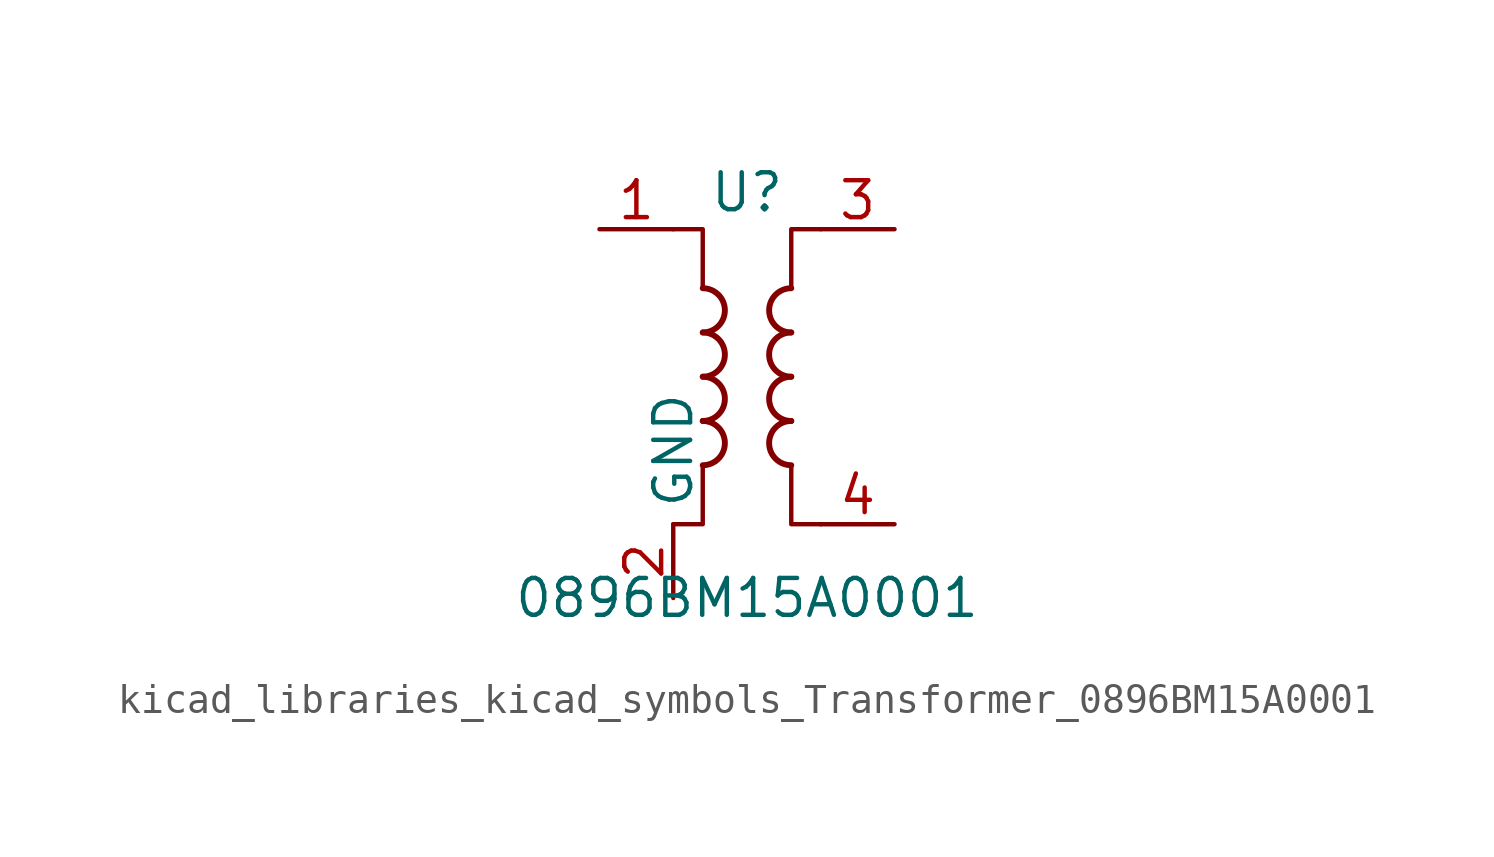
<source format=kicad_sym>
(kicad_symbol_lib
  (version 20220914)
  (generator kicad_symbol_editor)
  (symbol "kicad_libraries_kicad_symbols_Transformer_0896BM15A0001"
    (property "Reference" "U"
      (at 0 6.35 0)
      (effects (font (size 1.27 1.27))))
    (property "Value" "0896BM15A0001"
      (at 0 -7.62 0)
      (effects (font (size 1.27 1.27))))
    (symbol "kicad_libraries_kicad_symbols_Transformer_0896BM15A0001_1_1"
      (arc (start -1.524 -3.048) (mid -0.7653 -2.286) (end -1.524 -1.524) (stroke (width 0.2032) (type default)) (fill (type none)))
      (arc (start -1.524 -1.524) (mid -0.7653 -0.762) (end -1.524 0) (stroke (width 0.2032) (type default)) (fill (type none)))
      (arc (start -1.524 0) (mid -0.7653 0.762) (end -1.524 1.524) (stroke (width 0.2032) (type default)) (fill (type none)))
      (arc (start -1.524 1.524) (mid -0.7653 2.286) (end -1.524 3.048) (stroke (width 0.2032) (type default)) (fill (type none)))
      (polyline (pts (xy -2.54 5.08) (xy -1.524 5.08) (xy -1.524 3.048)) (stroke (width 0.152) (type default)) (fill (type none)))
      (polyline (pts (xy -1.524 -3.048) (xy -1.524 -5.08) (xy -2.54 -5.08)) (stroke (width 0.152) (type default)) (fill (type none)))
      (polyline (pts (xy 1.524 3.048) (xy 1.524 5.08) (xy 2.54 5.08)) (stroke (width 0.152) (type default)) (fill (type none)))
      (polyline (pts (xy 2.54 -5.08) (xy 1.524 -5.08) (xy 1.524 -3.048)) (stroke (width 0.152) (type default)) (fill (type none)))
      (arc (start 1.524 -1.524) (mid 0.7653 -2.286) (end 1.524 -3.048) (stroke (width 0.2032) (type default)) (fill (type none)))
      (arc (start 1.524 0) (mid 0.7653 -0.762) (end 1.524 -1.524) (stroke (width 0.2032) (type default)) (fill (type none)))
      (arc (start 1.524 1.524) (mid 0.7653 0.762) (end 1.524 0) (stroke (width 0.2032) (type default)) (fill (type none)))
      (arc (start 1.524 3.048) (mid 0.7653 2.286) (end 1.524 1.524) (stroke (width 0.2032) (type default)) (fill (type none)))
      (pin passive line (at -5.08 5.08 0) (length 2.54) (name "~" (effects (font (size 1.27 1.27)))) (number "1" (effects (font (size 1.27 1.27)))))
      (pin power_in line (at -2.54 -7.62 90) (length 2.54) (name "GND" (effects (font (size 1.27 1.27)))) (number "2" (effects (font (size 1.27 1.27)))))
      (pin passive line (at 5.08 5.08 180) (length 2.54) (name "~" (effects (font (size 1.27 1.27)))) (number "3" (effects (font (size 1.27 1.27)))))
      (pin passive line (at 5.08 -5.08 180) (length 2.54) (name "~" (effects (font (size 1.27 1.27)))) (number "4" (effects (font (size 1.27 1.27)))))
      (pin passive line (at -2.54 -7.62 90) (length 2.54) hide (name "GND" (effects (font (size 1.27 1.27)))) (number "5" (effects (font (size 1.27 1.27)))))
      (pin passive line (at -2.54 -7.62 90) (length 2.54) hide (name "GND" (effects (font (size 1.27 1.27)))) (number "6" (effects (font (size 1.27 1.27))))))))
</source>
